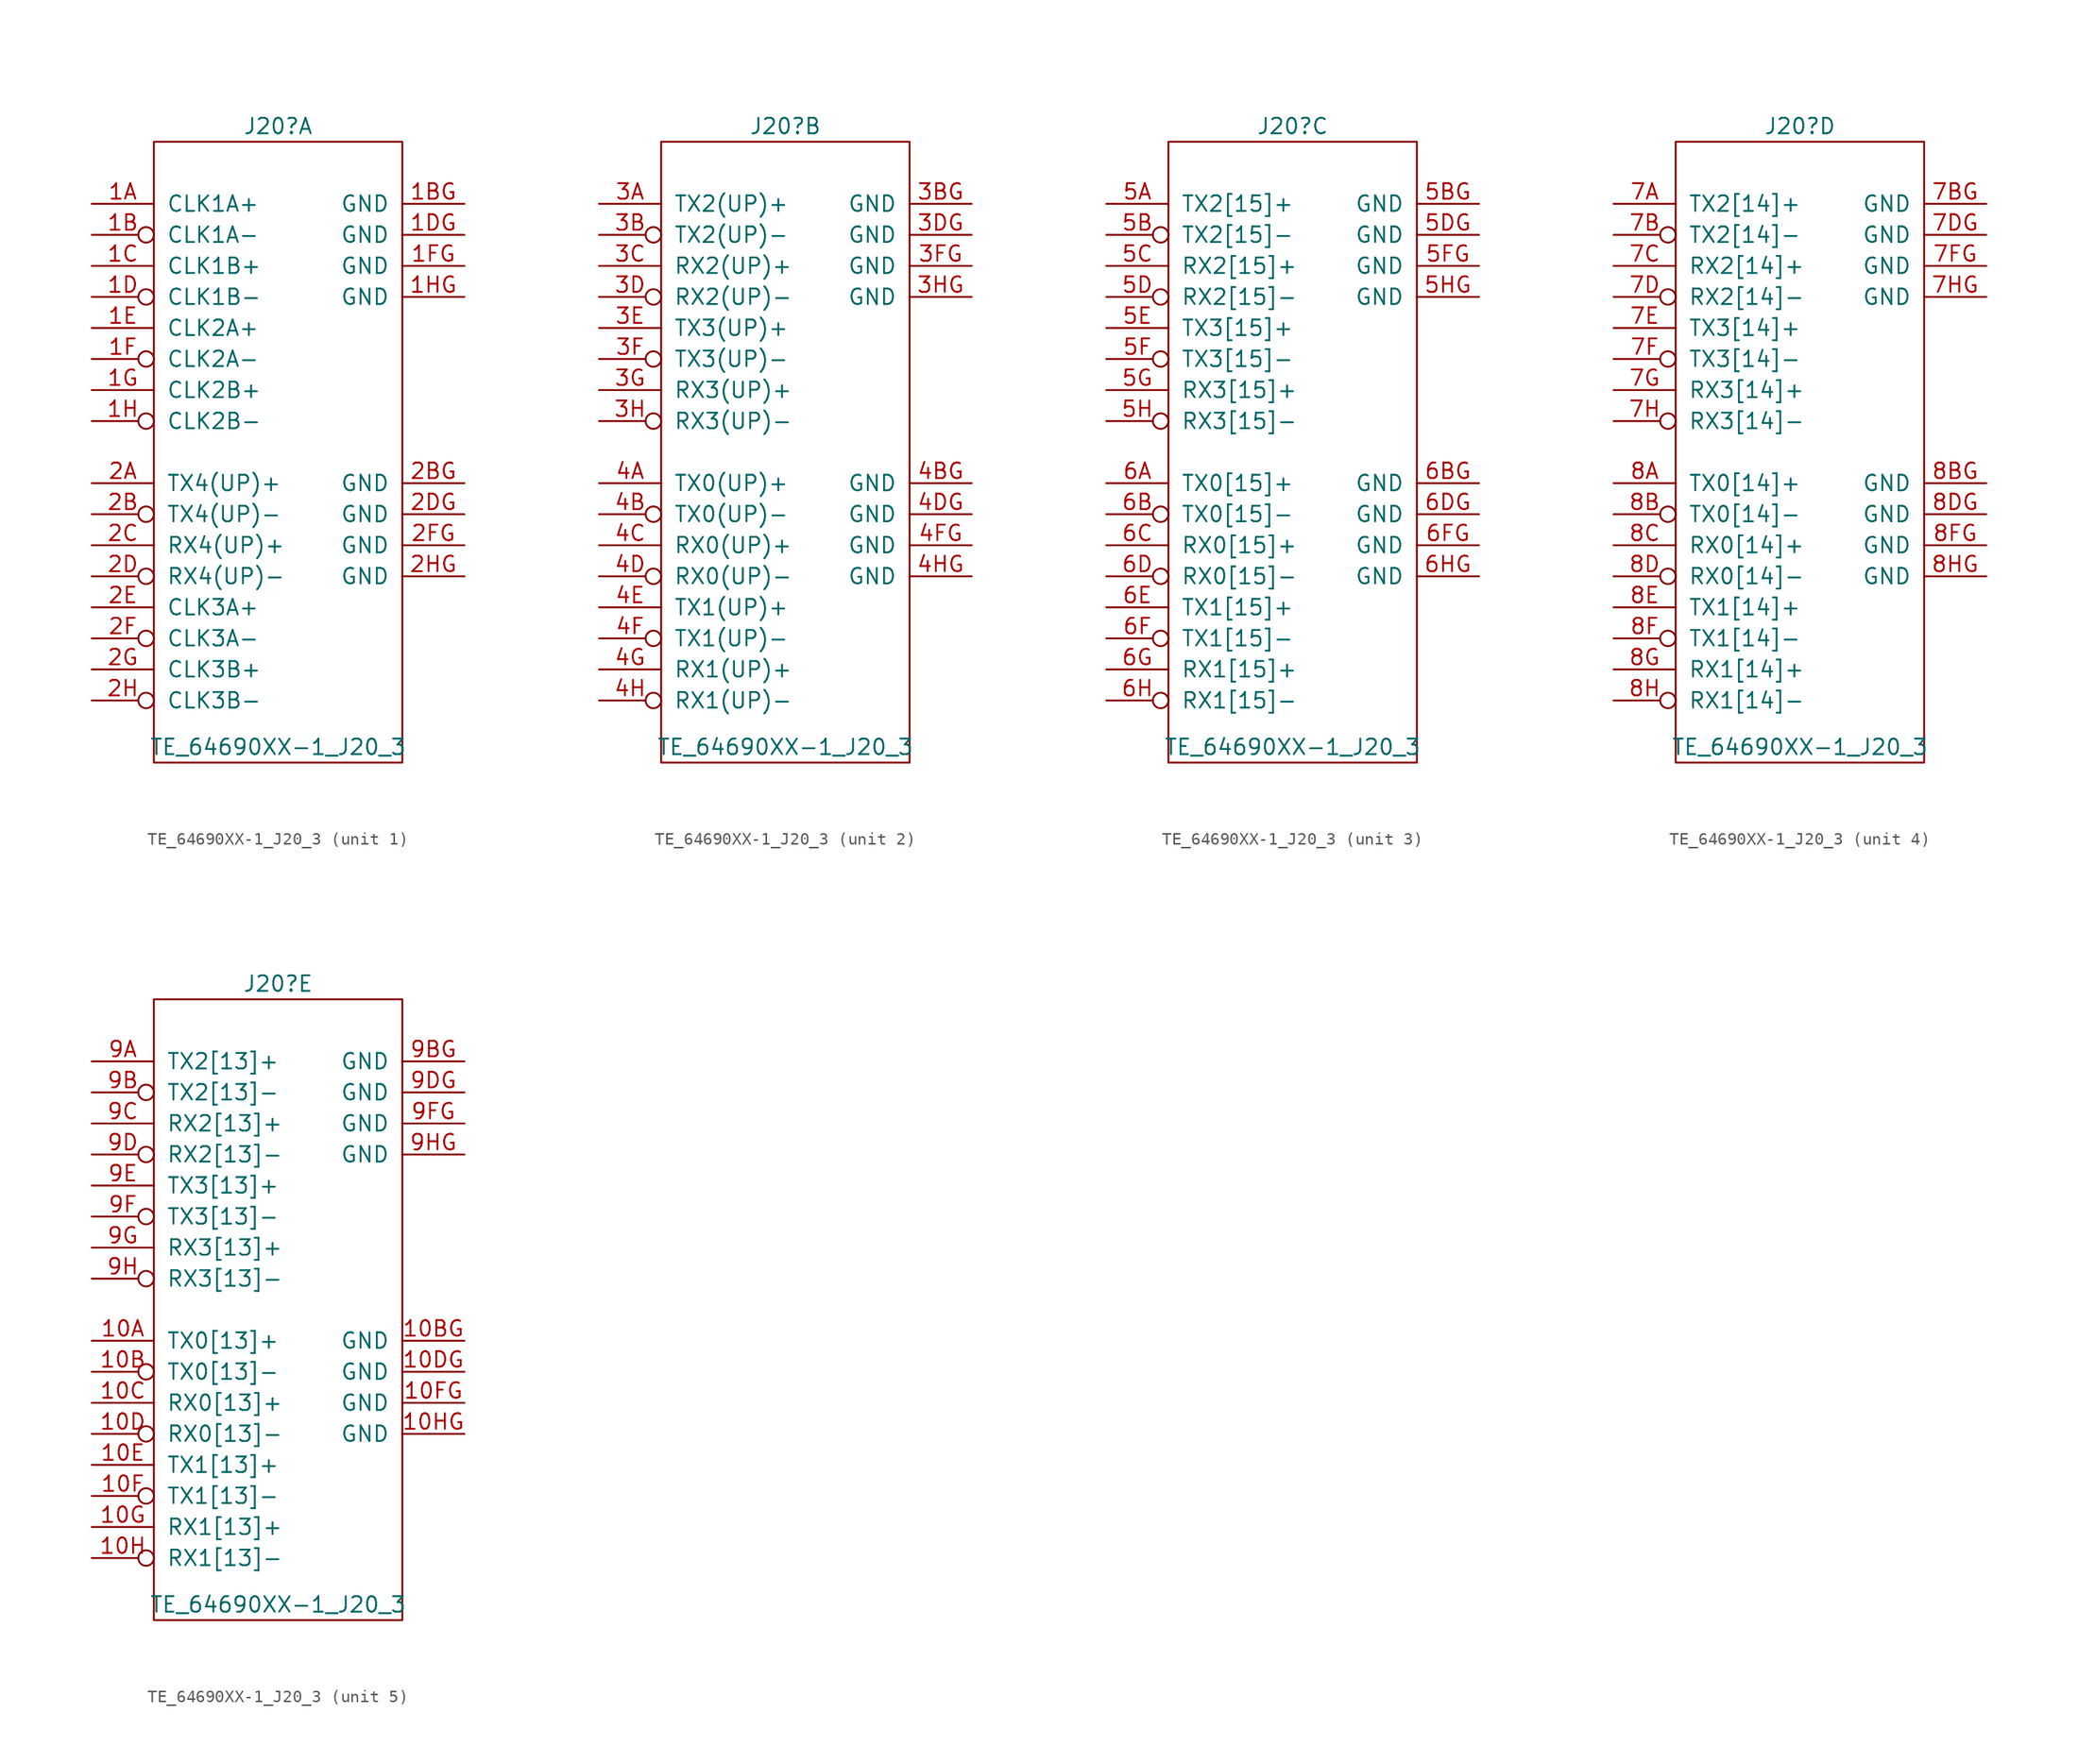
<source format=kicad_sym>
(kicad_symbol_lib
  (version 20220914)
  (generator kicad_symbol_editor)
  (symbol "TE_64690XX-1_J20_3"
    (pin_names
      (offset 1.016))
    (property "Reference" "J20"
      (at 0 26.67 0)
      (effects (font (size 1.27 1.27))))
    (property "Value" "TE_64690XX-1_J20_3"
      (at 0 -24.13 0)
      (effects (font (size 1.27 1.27))))
    (property "ki_locked" ""
      (at 0 0 0)
      (effects (font (size 1.27 1.27))))
    (symbol "TE_64690XX-1_J20_3_1_1"
      (rectangle (start -10.16 25.4) (end 10.16 -25.4) (stroke (width 0) (type default)) (fill (type none)))
      (pin bidirectional line (at -15.24 20.32 0) (length 5.08) (name "CLK1A+" (effects (font (size 1.27 1.27)))) (number "1A" (effects (font (size 1.27 1.27)))))
      (pin bidirectional inverted (at -15.24 17.78 0) (length 5.08) (name "CLK1A-" (effects (font (size 1.27 1.27)))) (number "1B" (effects (font (size 1.27 1.27)))))
      (pin passive line (at 15.24 20.32 180) (length 5.08) (name "GND" (effects (font (size 1.27 1.27)))) (number "1BG" (effects (font (size 1.27 1.27)))))
      (pin bidirectional line (at -15.24 15.24 0) (length 5.08) (name "CLK1B+" (effects (font (size 1.27 1.27)))) (number "1C" (effects (font (size 1.27 1.27)))))
      (pin bidirectional inverted (at -15.24 12.7 0) (length 5.08) (name "CLK1B-" (effects (font (size 1.27 1.27)))) (number "1D" (effects (font (size 1.27 1.27)))))
      (pin passive line (at 15.24 17.78 180) (length 5.08) (name "GND" (effects (font (size 1.27 1.27)))) (number "1DG" (effects (font (size 1.27 1.27)))))
      (pin bidirectional line (at -15.24 10.16 0) (length 5.08) (name "CLK2A+" (effects (font (size 1.27 1.27)))) (number "1E" (effects (font (size 1.27 1.27)))))
      (pin bidirectional inverted (at -15.24 7.62 0) (length 5.08) (name "CLK2A-" (effects (font (size 1.27 1.27)))) (number "1F" (effects (font (size 1.27 1.27)))))
      (pin passive line (at 15.24 15.24 180) (length 5.08) (name "GND" (effects (font (size 1.27 1.27)))) (number "1FG" (effects (font (size 1.27 1.27)))))
      (pin bidirectional line (at -15.24 5.08 0) (length 5.08) (name "CLK2B+" (effects (font (size 1.27 1.27)))) (number "1G" (effects (font (size 1.27 1.27)))))
      (pin bidirectional inverted (at -15.24 2.54 0) (length 5.08) (name "CLK2B-" (effects (font (size 1.27 1.27)))) (number "1H" (effects (font (size 1.27 1.27)))))
      (pin passive line (at 15.24 12.7 180) (length 5.08) (name "GND" (effects (font (size 1.27 1.27)))) (number "1HG" (effects (font (size 1.27 1.27)))))
      (pin bidirectional line (at -15.24 -2.54 0) (length 5.08) (name "TX4(UP)+" (effects (font (size 1.27 1.27)))) (number "2A" (effects (font (size 1.27 1.27)))))
      (pin bidirectional inverted (at -15.24 -5.08 0) (length 5.08) (name "TX4(UP)-" (effects (font (size 1.27 1.27)))) (number "2B" (effects (font (size 1.27 1.27)))))
      (pin passive line (at 15.24 -2.54 180) (length 5.08) (name "GND" (effects (font (size 1.27 1.27)))) (number "2BG" (effects (font (size 1.27 1.27)))))
      (pin bidirectional line (at -15.24 -7.62 0) (length 5.08) (name "RX4(UP)+" (effects (font (size 1.27 1.27)))) (number "2C" (effects (font (size 1.27 1.27)))))
      (pin bidirectional inverted (at -15.24 -10.16 0) (length 5.08) (name "RX4(UP)-" (effects (font (size 1.27 1.27)))) (number "2D" (effects (font (size 1.27 1.27)))))
      (pin passive line (at 15.24 -5.08 180) (length 5.08) (name "GND" (effects (font (size 1.27 1.27)))) (number "2DG" (effects (font (size 1.27 1.27)))))
      (pin bidirectional line (at -15.24 -12.7 0) (length 5.08) (name "CLK3A+" (effects (font (size 1.27 1.27)))) (number "2E" (effects (font (size 1.27 1.27)))))
      (pin bidirectional inverted (at -15.24 -15.24 0) (length 5.08) (name "CLK3A-" (effects (font (size 1.27 1.27)))) (number "2F" (effects (font (size 1.27 1.27)))))
      (pin passive line (at 15.24 -7.62 180) (length 5.08) (name "GND" (effects (font (size 1.27 1.27)))) (number "2FG" (effects (font (size 1.27 1.27)))))
      (pin bidirectional line (at -15.24 -17.78 0) (length 5.08) (name "CLK3B+" (effects (font (size 1.27 1.27)))) (number "2G" (effects (font (size 1.27 1.27)))))
      (pin bidirectional inverted (at -15.24 -20.32 0) (length 5.08) (name "CLK3B-" (effects (font (size 1.27 1.27)))) (number "2H" (effects (font (size 1.27 1.27)))))
      (pin passive line (at 15.24 -10.16 180) (length 5.08) (name "GND" (effects (font (size 1.27 1.27)))) (number "2HG" (effects (font (size 1.27 1.27))))))
    (symbol "TE_64690XX-1_J20_3_2_1"
      (rectangle (start -10.16 25.4) (end 10.16 -25.4) (stroke (width 0) (type default)) (fill (type none)))
      (pin bidirectional line (at -15.24 20.32 0) (length 5.08) (name "TX2(UP)+" (effects (font (size 1.27 1.27)))) (number "3A" (effects (font (size 1.27 1.27)))))
      (pin bidirectional inverted (at -15.24 17.78 0) (length 5.08) (name "TX2(UP)-" (effects (font (size 1.27 1.27)))) (number "3B" (effects (font (size 1.27 1.27)))))
      (pin passive line (at 15.24 20.32 180) (length 5.08) (name "GND" (effects (font (size 1.27 1.27)))) (number "3BG" (effects (font (size 1.27 1.27)))))
      (pin bidirectional line (at -15.24 15.24 0) (length 5.08) (name "RX2(UP)+" (effects (font (size 1.27 1.27)))) (number "3C" (effects (font (size 1.27 1.27)))))
      (pin bidirectional inverted (at -15.24 12.7 0) (length 5.08) (name "RX2(UP)-" (effects (font (size 1.27 1.27)))) (number "3D" (effects (font (size 1.27 1.27)))))
      (pin passive line (at 15.24 17.78 180) (length 5.08) (name "GND" (effects (font (size 1.27 1.27)))) (number "3DG" (effects (font (size 1.27 1.27)))))
      (pin bidirectional line (at -15.24 10.16 0) (length 5.08) (name "TX3(UP)+" (effects (font (size 1.27 1.27)))) (number "3E" (effects (font (size 1.27 1.27)))))
      (pin bidirectional inverted (at -15.24 7.62 0) (length 5.08) (name "TX3(UP)-" (effects (font (size 1.27 1.27)))) (number "3F" (effects (font (size 1.27 1.27)))))
      (pin passive line (at 15.24 15.24 180) (length 5.08) (name "GND" (effects (font (size 1.27 1.27)))) (number "3FG" (effects (font (size 1.27 1.27)))))
      (pin bidirectional line (at -15.24 5.08 0) (length 5.08) (name "RX3(UP)+" (effects (font (size 1.27 1.27)))) (number "3G" (effects (font (size 1.27 1.27)))))
      (pin bidirectional inverted (at -15.24 2.54 0) (length 5.08) (name "RX3(UP)-" (effects (font (size 1.27 1.27)))) (number "3H" (effects (font (size 1.27 1.27)))))
      (pin passive line (at 15.24 12.7 180) (length 5.08) (name "GND" (effects (font (size 1.27 1.27)))) (number "3HG" (effects (font (size 1.27 1.27)))))
      (pin bidirectional line (at -15.24 -2.54 0) (length 5.08) (name "TX0(UP)+" (effects (font (size 1.27 1.27)))) (number "4A" (effects (font (size 1.27 1.27)))))
      (pin bidirectional inverted (at -15.24 -5.08 0) (length 5.08) (name "TX0(UP)-" (effects (font (size 1.27 1.27)))) (number "4B" (effects (font (size 1.27 1.27)))))
      (pin passive line (at 15.24 -2.54 180) (length 5.08) (name "GND" (effects (font (size 1.27 1.27)))) (number "4BG" (effects (font (size 1.27 1.27)))))
      (pin bidirectional line (at -15.24 -7.62 0) (length 5.08) (name "RX0(UP)+" (effects (font (size 1.27 1.27)))) (number "4C" (effects (font (size 1.27 1.27)))))
      (pin bidirectional inverted (at -15.24 -10.16 0) (length 5.08) (name "RX0(UP)-" (effects (font (size 1.27 1.27)))) (number "4D" (effects (font (size 1.27 1.27)))))
      (pin passive line (at 15.24 -5.08 180) (length 5.08) (name "GND" (effects (font (size 1.27 1.27)))) (number "4DG" (effects (font (size 1.27 1.27)))))
      (pin bidirectional line (at -15.24 -12.7 0) (length 5.08) (name "TX1(UP)+" (effects (font (size 1.27 1.27)))) (number "4E" (effects (font (size 1.27 1.27)))))
      (pin bidirectional inverted (at -15.24 -15.24 0) (length 5.08) (name "TX1(UP)-" (effects (font (size 1.27 1.27)))) (number "4F" (effects (font (size 1.27 1.27)))))
      (pin passive line (at 15.24 -7.62 180) (length 5.08) (name "GND" (effects (font (size 1.27 1.27)))) (number "4FG" (effects (font (size 1.27 1.27)))))
      (pin bidirectional line (at -15.24 -17.78 0) (length 5.08) (name "RX1(UP)+" (effects (font (size 1.27 1.27)))) (number "4G" (effects (font (size 1.27 1.27)))))
      (pin bidirectional inverted (at -15.24 -20.32 0) (length 5.08) (name "RX1(UP)-" (effects (font (size 1.27 1.27)))) (number "4H" (effects (font (size 1.27 1.27)))))
      (pin passive line (at 15.24 -10.16 180) (length 5.08) (name "GND" (effects (font (size 1.27 1.27)))) (number "4HG" (effects (font (size 1.27 1.27))))))
    (symbol "TE_64690XX-1_J20_3_3_1"
      (rectangle (start -10.16 25.4) (end 10.16 -25.4) (stroke (width 0) (type default)) (fill (type none)))
      (pin bidirectional line (at -15.24 20.32 0) (length 5.08) (name "TX2[15]+" (effects (font (size 1.27 1.27)))) (number "5A" (effects (font (size 1.27 1.27)))))
      (pin bidirectional inverted (at -15.24 17.78 0) (length 5.08) (name "TX2[15]-" (effects (font (size 1.27 1.27)))) (number "5B" (effects (font (size 1.27 1.27)))))
      (pin passive line (at 15.24 20.32 180) (length 5.08) (name "GND" (effects (font (size 1.27 1.27)))) (number "5BG" (effects (font (size 1.27 1.27)))))
      (pin bidirectional line (at -15.24 15.24 0) (length 5.08) (name "RX2[15]+" (effects (font (size 1.27 1.27)))) (number "5C" (effects (font (size 1.27 1.27)))))
      (pin bidirectional inverted (at -15.24 12.7 0) (length 5.08) (name "RX2[15]-" (effects (font (size 1.27 1.27)))) (number "5D" (effects (font (size 1.27 1.27)))))
      (pin passive line (at 15.24 17.78 180) (length 5.08) (name "GND" (effects (font (size 1.27 1.27)))) (number "5DG" (effects (font (size 1.27 1.27)))))
      (pin bidirectional line (at -15.24 10.16 0) (length 5.08) (name "TX3[15]+" (effects (font (size 1.27 1.27)))) (number "5E" (effects (font (size 1.27 1.27)))))
      (pin bidirectional inverted (at -15.24 7.62 0) (length 5.08) (name "TX3[15]-" (effects (font (size 1.27 1.27)))) (number "5F" (effects (font (size 1.27 1.27)))))
      (pin passive line (at 15.24 15.24 180) (length 5.08) (name "GND" (effects (font (size 1.27 1.27)))) (number "5FG" (effects (font (size 1.27 1.27)))))
      (pin bidirectional line (at -15.24 5.08 0) (length 5.08) (name "RX3[15]+" (effects (font (size 1.27 1.27)))) (number "5G" (effects (font (size 1.27 1.27)))))
      (pin bidirectional inverted (at -15.24 2.54 0) (length 5.08) (name "RX3[15]-" (effects (font (size 1.27 1.27)))) (number "5H" (effects (font (size 1.27 1.27)))))
      (pin passive line (at 15.24 12.7 180) (length 5.08) (name "GND" (effects (font (size 1.27 1.27)))) (number "5HG" (effects (font (size 1.27 1.27)))))
      (pin bidirectional line (at -15.24 -2.54 0) (length 5.08) (name "TX0[15]+" (effects (font (size 1.27 1.27)))) (number "6A" (effects (font (size 1.27 1.27)))))
      (pin bidirectional inverted (at -15.24 -5.08 0) (length 5.08) (name "TX0[15]-" (effects (font (size 1.27 1.27)))) (number "6B" (effects (font (size 1.27 1.27)))))
      (pin passive line (at 15.24 -2.54 180) (length 5.08) (name "GND" (effects (font (size 1.27 1.27)))) (number "6BG" (effects (font (size 1.27 1.27)))))
      (pin bidirectional line (at -15.24 -7.62 0) (length 5.08) (name "RX0[15]+" (effects (font (size 1.27 1.27)))) (number "6C" (effects (font (size 1.27 1.27)))))
      (pin bidirectional inverted (at -15.24 -10.16 0) (length 5.08) (name "RX0[15]-" (effects (font (size 1.27 1.27)))) (number "6D" (effects (font (size 1.27 1.27)))))
      (pin passive line (at 15.24 -5.08 180) (length 5.08) (name "GND" (effects (font (size 1.27 1.27)))) (number "6DG" (effects (font (size 1.27 1.27)))))
      (pin bidirectional line (at -15.24 -12.7 0) (length 5.08) (name "TX1[15]+" (effects (font (size 1.27 1.27)))) (number "6E" (effects (font (size 1.27 1.27)))))
      (pin bidirectional inverted (at -15.24 -15.24 0) (length 5.08) (name "TX1[15]-" (effects (font (size 1.27 1.27)))) (number "6F" (effects (font (size 1.27 1.27)))))
      (pin passive line (at 15.24 -7.62 180) (length 5.08) (name "GND" (effects (font (size 1.27 1.27)))) (number "6FG" (effects (font (size 1.27 1.27)))))
      (pin bidirectional line (at -15.24 -17.78 0) (length 5.08) (name "RX1[15]+" (effects (font (size 1.27 1.27)))) (number "6G" (effects (font (size 1.27 1.27)))))
      (pin bidirectional inverted (at -15.24 -20.32 0) (length 5.08) (name "RX1[15]-" (effects (font (size 1.27 1.27)))) (number "6H" (effects (font (size 1.27 1.27)))))
      (pin passive line (at 15.24 -10.16 180) (length 5.08) (name "GND" (effects (font (size 1.27 1.27)))) (number "6HG" (effects (font (size 1.27 1.27))))))
    (symbol "TE_64690XX-1_J20_3_4_1"
      (rectangle (start -10.16 25.4) (end 10.16 -25.4) (stroke (width 0) (type default)) (fill (type none)))
      (pin bidirectional line (at -15.24 20.32 0) (length 5.08) (name "TX2[14]+" (effects (font (size 1.27 1.27)))) (number "7A" (effects (font (size 1.27 1.27)))))
      (pin bidirectional inverted (at -15.24 17.78 0) (length 5.08) (name "TX2[14]-" (effects (font (size 1.27 1.27)))) (number "7B" (effects (font (size 1.27 1.27)))))
      (pin passive line (at 15.24 20.32 180) (length 5.08) (name "GND" (effects (font (size 1.27 1.27)))) (number "7BG" (effects (font (size 1.27 1.27)))))
      (pin bidirectional line (at -15.24 15.24 0) (length 5.08) (name "RX2[14]+" (effects (font (size 1.27 1.27)))) (number "7C" (effects (font (size 1.27 1.27)))))
      (pin bidirectional inverted (at -15.24 12.7 0) (length 5.08) (name "RX2[14]-" (effects (font (size 1.27 1.27)))) (number "7D" (effects (font (size 1.27 1.27)))))
      (pin passive line (at 15.24 17.78 180) (length 5.08) (name "GND" (effects (font (size 1.27 1.27)))) (number "7DG" (effects (font (size 1.27 1.27)))))
      (pin bidirectional line (at -15.24 10.16 0) (length 5.08) (name "TX3[14]+" (effects (font (size 1.27 1.27)))) (number "7E" (effects (font (size 1.27 1.27)))))
      (pin bidirectional inverted (at -15.24 7.62 0) (length 5.08) (name "TX3[14]-" (effects (font (size 1.27 1.27)))) (number "7F" (effects (font (size 1.27 1.27)))))
      (pin passive line (at 15.24 15.24 180) (length 5.08) (name "GND" (effects (font (size 1.27 1.27)))) (number "7FG" (effects (font (size 1.27 1.27)))))
      (pin bidirectional line (at -15.24 5.08 0) (length 5.08) (name "RX3[14]+" (effects (font (size 1.27 1.27)))) (number "7G" (effects (font (size 1.27 1.27)))))
      (pin bidirectional inverted (at -15.24 2.54 0) (length 5.08) (name "RX3[14]-" (effects (font (size 1.27 1.27)))) (number "7H" (effects (font (size 1.27 1.27)))))
      (pin passive line (at 15.24 12.7 180) (length 5.08) (name "GND" (effects (font (size 1.27 1.27)))) (number "7HG" (effects (font (size 1.27 1.27)))))
      (pin bidirectional line (at -15.24 -2.54 0) (length 5.08) (name "TX0[14]+" (effects (font (size 1.27 1.27)))) (number "8A" (effects (font (size 1.27 1.27)))))
      (pin bidirectional inverted (at -15.24 -5.08 0) (length 5.08) (name "TX0[14]-" (effects (font (size 1.27 1.27)))) (number "8B" (effects (font (size 1.27 1.27)))))
      (pin passive line (at 15.24 -2.54 180) (length 5.08) (name "GND" (effects (font (size 1.27 1.27)))) (number "8BG" (effects (font (size 1.27 1.27)))))
      (pin bidirectional line (at -15.24 -7.62 0) (length 5.08) (name "RX0[14]+" (effects (font (size 1.27 1.27)))) (number "8C" (effects (font (size 1.27 1.27)))))
      (pin bidirectional inverted (at -15.24 -10.16 0) (length 5.08) (name "RX0[14]-" (effects (font (size 1.27 1.27)))) (number "8D" (effects (font (size 1.27 1.27)))))
      (pin passive line (at 15.24 -5.08 180) (length 5.08) (name "GND" (effects (font (size 1.27 1.27)))) (number "8DG" (effects (font (size 1.27 1.27)))))
      (pin bidirectional line (at -15.24 -12.7 0) (length 5.08) (name "TX1[14]+" (effects (font (size 1.27 1.27)))) (number "8E" (effects (font (size 1.27 1.27)))))
      (pin bidirectional inverted (at -15.24 -15.24 0) (length 5.08) (name "TX1[14]-" (effects (font (size 1.27 1.27)))) (number "8F" (effects (font (size 1.27 1.27)))))
      (pin passive line (at 15.24 -7.62 180) (length 5.08) (name "GND" (effects (font (size 1.27 1.27)))) (number "8FG" (effects (font (size 1.27 1.27)))))
      (pin bidirectional line (at -15.24 -17.78 0) (length 5.08) (name "RX1[14]+" (effects (font (size 1.27 1.27)))) (number "8G" (effects (font (size 1.27 1.27)))))
      (pin bidirectional inverted (at -15.24 -20.32 0) (length 5.08) (name "RX1[14]-" (effects (font (size 1.27 1.27)))) (number "8H" (effects (font (size 1.27 1.27)))))
      (pin passive line (at 15.24 -10.16 180) (length 5.08) (name "GND" (effects (font (size 1.27 1.27)))) (number "8HG" (effects (font (size 1.27 1.27))))))
    (symbol "TE_64690XX-1_J20_3_5_1"
      (rectangle (start -10.16 25.4) (end 10.16 -25.4) (stroke (width 0) (type default)) (fill (type none)))
      (pin bidirectional line (at -15.24 -2.54 0) (length 5.08) (name "TX0[13]+" (effects (font (size 1.27 1.27)))) (number "10A" (effects (font (size 1.27 1.27)))))
      (pin bidirectional inverted (at -15.24 -5.08 0) (length 5.08) (name "TX0[13]-" (effects (font (size 1.27 1.27)))) (number "10B" (effects (font (size 1.27 1.27)))))
      (pin passive line (at 15.24 -2.54 180) (length 5.08) (name "GND" (effects (font (size 1.27 1.27)))) (number "10BG" (effects (font (size 1.27 1.27)))))
      (pin bidirectional line (at -15.24 -7.62 0) (length 5.08) (name "RX0[13]+" (effects (font (size 1.27 1.27)))) (number "10C" (effects (font (size 1.27 1.27)))))
      (pin bidirectional inverted (at -15.24 -10.16 0) (length 5.08) (name "RX0[13]-" (effects (font (size 1.27 1.27)))) (number "10D" (effects (font (size 1.27 1.27)))))
      (pin passive line (at 15.24 -5.08 180) (length 5.08) (name "GND" (effects (font (size 1.27 1.27)))) (number "10DG" (effects (font (size 1.27 1.27)))))
      (pin bidirectional line (at -15.24 -12.7 0) (length 5.08) (name "TX1[13]+" (effects (font (size 1.27 1.27)))) (number "10E" (effects (font (size 1.27 1.27)))))
      (pin bidirectional inverted (at -15.24 -15.24 0) (length 5.08) (name "TX1[13]-" (effects (font (size 1.27 1.27)))) (number "10F" (effects (font (size 1.27 1.27)))))
      (pin passive line (at 15.24 -7.62 180) (length 5.08) (name "GND" (effects (font (size 1.27 1.27)))) (number "10FG" (effects (font (size 1.27 1.27)))))
      (pin bidirectional line (at -15.24 -17.78 0) (length 5.08) (name "RX1[13]+" (effects (font (size 1.27 1.27)))) (number "10G" (effects (font (size 1.27 1.27)))))
      (pin bidirectional inverted (at -15.24 -20.32 0) (length 5.08) (name "RX1[13]-" (effects (font (size 1.27 1.27)))) (number "10H" (effects (font (size 1.27 1.27)))))
      (pin passive line (at 15.24 -10.16 180) (length 5.08) (name "GND" (effects (font (size 1.27 1.27)))) (number "10HG" (effects (font (size 1.27 1.27)))))
      (pin bidirectional line (at -15.24 20.32 0) (length 5.08) (name "TX2[13]+" (effects (font (size 1.27 1.27)))) (number "9A" (effects (font (size 1.27 1.27)))))
      (pin bidirectional inverted (at -15.24 17.78 0) (length 5.08) (name "TX2[13]-" (effects (font (size 1.27 1.27)))) (number "9B" (effects (font (size 1.27 1.27)))))
      (pin passive line (at 15.24 20.32 180) (length 5.08) (name "GND" (effects (font (size 1.27 1.27)))) (number "9BG" (effects (font (size 1.27 1.27)))))
      (pin bidirectional line (at -15.24 15.24 0) (length 5.08) (name "RX2[13]+" (effects (font (size 1.27 1.27)))) (number "9C" (effects (font (size 1.27 1.27)))))
      (pin bidirectional inverted (at -15.24 12.7 0) (length 5.08) (name "RX2[13]-" (effects (font (size 1.27 1.27)))) (number "9D" (effects (font (size 1.27 1.27)))))
      (pin passive line (at 15.24 17.78 180) (length 5.08) (name "GND" (effects (font (size 1.27 1.27)))) (number "9DG" (effects (font (size 1.27 1.27)))))
      (pin bidirectional line (at -15.24 10.16 0) (length 5.08) (name "TX3[13]+" (effects (font (size 1.27 1.27)))) (number "9E" (effects (font (size 1.27 1.27)))))
      (pin bidirectional inverted (at -15.24 7.62 0) (length 5.08) (name "TX3[13]-" (effects (font (size 1.27 1.27)))) (number "9F" (effects (font (size 1.27 1.27)))))
      (pin passive line (at 15.24 15.24 180) (length 5.08) (name "GND" (effects (font (size 1.27 1.27)))) (number "9FG" (effects (font (size 1.27 1.27)))))
      (pin bidirectional line (at -15.24 5.08 0) (length 5.08) (name "RX3[13]+" (effects (font (size 1.27 1.27)))) (number "9G" (effects (font (size 1.27 1.27)))))
      (pin bidirectional inverted (at -15.24 2.54 0) (length 5.08) (name "RX3[13]-" (effects (font (size 1.27 1.27)))) (number "9H" (effects (font (size 1.27 1.27)))))
      (pin passive line (at 15.24 12.7 180) (length 5.08) (name "GND" (effects (font (size 1.27 1.27)))) (number "9HG" (effects (font (size 1.27 1.27))))))))
</source>
